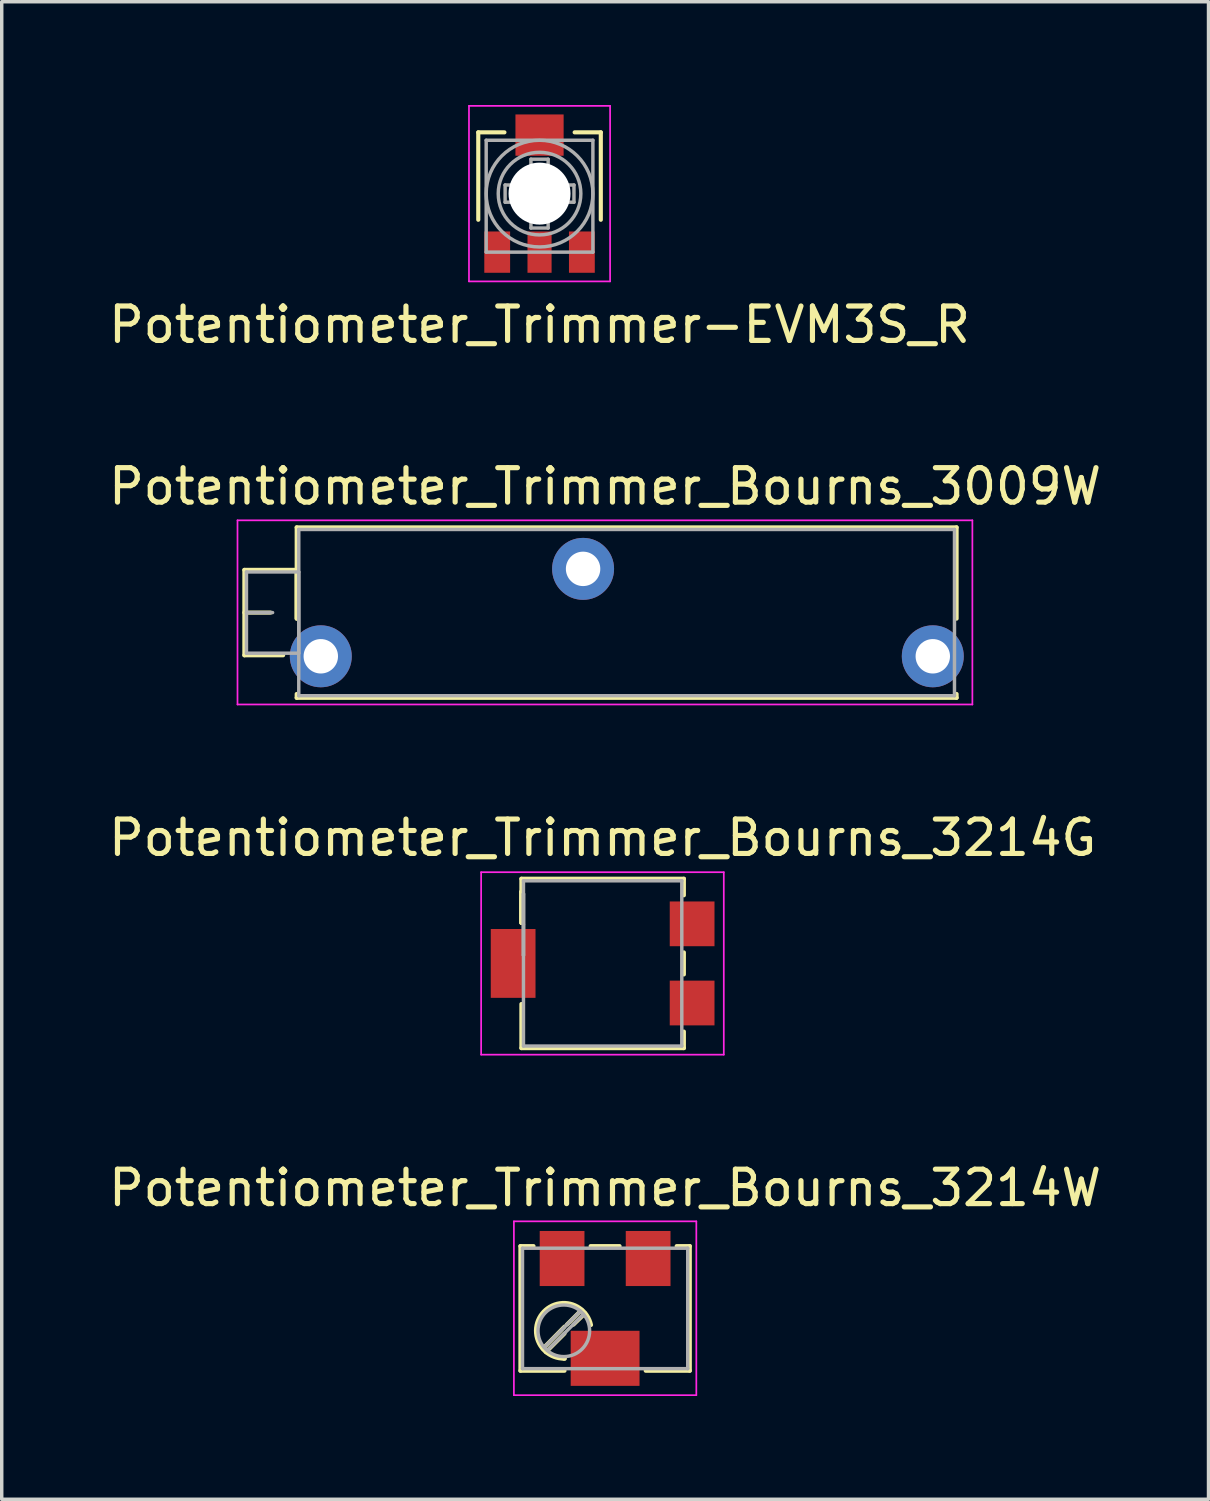
<source format=kicad_pcb>
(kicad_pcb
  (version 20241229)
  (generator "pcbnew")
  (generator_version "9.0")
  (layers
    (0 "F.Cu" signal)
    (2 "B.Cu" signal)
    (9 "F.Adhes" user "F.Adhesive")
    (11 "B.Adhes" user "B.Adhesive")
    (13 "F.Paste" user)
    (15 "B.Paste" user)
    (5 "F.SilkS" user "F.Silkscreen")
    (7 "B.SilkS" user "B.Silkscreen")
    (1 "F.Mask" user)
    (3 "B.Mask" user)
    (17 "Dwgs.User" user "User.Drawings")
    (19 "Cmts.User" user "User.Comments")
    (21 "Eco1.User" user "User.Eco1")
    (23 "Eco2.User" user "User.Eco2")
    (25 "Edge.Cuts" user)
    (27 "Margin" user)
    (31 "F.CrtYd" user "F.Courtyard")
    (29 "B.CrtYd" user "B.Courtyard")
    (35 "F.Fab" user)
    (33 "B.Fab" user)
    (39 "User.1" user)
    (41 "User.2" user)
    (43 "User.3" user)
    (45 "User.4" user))
  (footprint "Potentiometer_Trimmer-EVM3S_R"
    (layer "F.Cu")
    (at 12.625 2.575)
    (property "Reference" "Potentiometer_Trimmer-EVM3S_R" (at 0 3.81 0) (layer "F.SilkS") (effects (font (size 1 1) (thickness 0.15))))
    (attr smd)
    (fp_line (start -1.78 -1.78) (end -1.02 -1.78) (stroke (width 0.12) (type solid)) (layer "F.SilkS"))
    (fp_line (start -1.78 0.76) (end -1.78 -1.78) (stroke (width 0.12) (type solid)) (layer "F.SilkS"))
    (fp_line (start 1.02 -1.78) (end 1.78 -1.78) (stroke (width 0.12) (type solid)) (layer "F.SilkS"))
    (fp_line (start 1.78 -1.78) (end 1.78 0.76) (stroke (width 0.12) (type solid)) (layer "F.SilkS"))
    (fp_line (start -2.05 -2.55) (end 2.05 -2.55) (stroke (width 0.05) (type solid)) (layer "F.CrtYd"))
    (fp_line (start -2.05 2.55) (end -2.05 -2.55) (stroke (width 0.05) (type solid)) (layer "F.CrtYd"))
    (fp_line (start 2.05 -2.55) (end 2.05 2.55) (stroke (width 0.05) (type solid)) (layer "F.CrtYd"))
    (fp_line (start 2.05 2.55) (end -2.05 2.55) (stroke (width 0.05) (type solid)) (layer "F.CrtYd"))
    (fp_line (start -1.55 -1.55) (end 1.55 -1.55) (stroke (width 0.1) (type solid)) (layer "F.Fab"))
    (fp_line (start -1.55 1.7) (end -1.55 -1.55) (stroke (width 0.1) (type solid)) (layer "F.Fab"))
    (fp_line (start -1 -0.25) (end -0.25 -0.25) (stroke (width 0.1) (type solid)) (layer "F.Fab"))
    (fp_line (start -1 0.25) (end -1 -0.25) (stroke (width 0.1) (type solid)) (layer "F.Fab"))
    (fp_line (start -0.25 -1) (end 0.25 -1) (stroke (width 0.1) (type solid)) (layer "F.Fab"))
    (fp_line (start -0.25 -0.25) (end -0.25 -1) (stroke (width 0.1) (type solid)) (layer "F.Fab"))
    (fp_line (start -0.25 0.25) (end -1 0.25) (stroke (width 0.1) (type solid)) (layer "F.Fab"))
    (fp_line (start -0.25 1) (end -0.25 0.25) (stroke (width 0.1) (type solid)) (layer "F.Fab"))
    (fp_line (start 0.25 -1) (end 0.25 -0.25) (stroke (width 0.1) (type solid)) (layer "F.Fab"))
    (fp_line (start 0.25 -0.25) (end 1 -0.25) (stroke (width 0.1) (type solid)) (layer "F.Fab"))
    (fp_line (start 0.25 0.25) (end 0.25 1) (stroke (width 0.1) (type solid)) (layer "F.Fab"))
    (fp_line (start 0.25 1) (end -0.25 1) (stroke (width 0.1) (type solid)) (layer "F.Fab"))
    (fp_line (start 1 -0.25) (end 1 0.25) (stroke (width 0.1) (type solid)) (layer "F.Fab"))
    (fp_line (start 1 0.25) (end 0.25 0.25) (stroke (width 0.1) (type solid)) (layer "F.Fab"))
    (fp_line (start 1.55 -1.55) (end 1.55 1.7) (stroke (width 0.1) (type solid)) (layer "F.Fab"))
    (fp_line (start 1.55 1.7) (end -1.55 1.7) (stroke (width 0.1) (type solid)) (layer "F.Fab"))
    (fp_circle (center 0 0) (end 0 -1.55) (stroke (width 0.1) (type solid)) (fill no) (layer "F.Fab"))
    (fp_circle (center 0 0) (end 0 -1.2) (stroke (width 0.1) (type solid)) (fill no) (layer "F.Fab"))
    (fp_circle (center 0 0) (end 0 -0.25) (stroke (width 0.1) (type solid)) (fill no) (layer "F.Fab"))
    (pad "" smd rect (at 0 -1.7) (size 1.4 1.2) (layers "F.Cu" "F.Mask" "F.Paste"))
    (pad "" np_thru_hole circle (at 0 0) (size 1.8 1.8) (drill 1.8) (layers "*.Cu" "*.Mask"))
    (pad "1" smd rect (at -1.23 1.7) (size 0.75 1.2) (layers "F.Cu" "F.Mask" "F.Paste"))
    (pad "2" smd rect (at 0 1.7) (size 0.7 1.2) (layers "F.Cu" "F.Mask" "F.Paste"))
    (pad "3" smd rect (at 1.23 1.7) (size 0.75 1.2) (layers "F.Cu" "F.Mask" "F.Paste")))
  (footprint "Potentiometer_Trimmer_Bourns_3009W"
    (layer "F.Cu")
    (at 24.05 16.017)
    (property "Reference" "Potentiometer_Trimmer_Bourns_3009W" (at -9.52 -4.935 0) (layer "F.SilkS") (effects (font (size 1 1) (thickness 0.15))))
    (attr through_hole)
    (fp_line (start -20 -2.51) (end -20 -0.03) (stroke (width 0.12) (type solid)) (layer "F.SilkS"))
    (fp_line (start -20 -2.51) (end -18.481 -2.51) (stroke (width 0.12) (type solid)) (layer "F.SilkS"))
    (fp_line (start -20 -1.27) (end -19.24 -1.27) (stroke (width 0.12) (type solid)) (layer "F.SilkS"))
    (fp_line (start -20 -0.03) (end -18.875 -0.03) (stroke (width 0.12) (type solid)) (layer "F.SilkS"))
    (fp_line (start -18.481 -2.51) (end -18.481 -1.095) (stroke (width 0.12) (type solid)) (layer "F.SilkS"))
    (fp_line (start -18.48 -3.745) (end -18.48 -1.095) (stroke (width 0.12) (type solid)) (layer "F.SilkS"))
    (fp_line (start -18.48 -3.745) (end 0.691 -3.745) (stroke (width 0.12) (type solid)) (layer "F.SilkS"))
    (fp_line (start -18.48 1.095) (end -18.48 1.206) (stroke (width 0.12) (type solid)) (layer "F.SilkS"))
    (fp_line (start -18.48 1.206) (end 0.691 1.206) (stroke (width 0.12) (type solid)) (layer "F.SilkS"))
    (fp_line (start 0.691 -3.745) (end 0.691 -1.095) (stroke (width 0.12) (type solid)) (layer "F.SilkS"))
    (fp_line (start 0.691 1.095) (end 0.691 1.206) (stroke (width 0.12) (type solid)) (layer "F.SilkS"))
    (fp_line (start -20.2 -3.95) (end -20.2 1.4) (stroke (width 0.05) (type solid)) (layer "F.CrtYd"))
    (fp_line (start -20.2 1.4) (end 1.15 1.4) (stroke (width 0.05) (type solid)) (layer "F.CrtYd"))
    (fp_line (start 1.15 -3.95) (end -20.2 -3.95) (stroke (width 0.05) (type solid)) (layer "F.CrtYd"))
    (fp_line (start 1.15 1.4) (end 1.15 -3.95) (stroke (width 0.05) (type solid)) (layer "F.CrtYd"))
    (fp_line (start -19.94 -2.45) (end -19.94 -0.09) (stroke (width 0.1) (type solid)) (layer "F.Fab"))
    (fp_line (start -19.94 -1.27) (end -19.18 -1.27) (stroke (width 0.1) (type solid)) (layer "F.Fab"))
    (fp_line (start -19.94 -0.09) (end -18.42 -0.09) (stroke (width 0.1) (type solid)) (layer "F.Fab"))
    (fp_line (start -18.42 -3.685) (end -18.42 1.145) (stroke (width 0.1) (type solid)) (layer "F.Fab"))
    (fp_line (start -18.42 -2.45) (end -19.94 -2.45) (stroke (width 0.1) (type solid)) (layer "F.Fab"))
    (fp_line (start -18.42 -0.09) (end -18.42 -2.45) (stroke (width 0.1) (type solid)) (layer "F.Fab"))
    (fp_line (start -18.42 1.145) (end 0.63 1.145) (stroke (width 0.1) (type solid)) (layer "F.Fab"))
    (fp_line (start 0.63 -3.685) (end -18.42 -3.685) (stroke (width 0.1) (type solid)) (layer "F.Fab"))
    (fp_line (start 0.63 1.145) (end 0.63 -3.685) (stroke (width 0.1) (type solid)) (layer "F.Fab"))
    (pad "1" thru_hole circle (at 0 0) (size 1.8 1.8) (drill 1) (layers "*.Cu" "*.Mask"))
    (pad "2" thru_hole circle (at -10.16 -2.54) (size 1.8 1.8) (drill 1) (layers "*.Cu" "*.Mask"))
    (pad "3" thru_hole circle (at -17.78 0) (size 1.8 1.8) (drill 1) (layers "*.Cu" "*.Mask")))
  (footprint "Potentiometer_Trimmer_Bourns_3214G"
    (layer "F.Cu")
    (at 14.458 24.94)
    (property "Reference" "Potentiometer_Trimmer_Bourns_3214G" (at 0 -3.65 0) (layer "F.SilkS") (effects (font (size 1 1) (thickness 0.15))))
    (attr smd)
    (fp_line (start -2.36 -2.46) (end -2.36 -1.18) (stroke (width 0.12) (type solid)) (layer "F.SilkS"))
    (fp_line (start -2.36 -2.46) (end 2.36 -2.46) (stroke (width 0.12) (type solid)) (layer "F.SilkS"))
    (fp_line (start -2.36 -2.08) (end -2.36 -2.08) (stroke (width 0.12) (type solid)) (layer "F.SilkS"))
    (fp_line (start -2.36 -2.08) (end -2.36 -1.18) (stroke (width 0.12) (type solid)) (layer "F.SilkS"))
    (fp_line (start -2.36 -2.08) (end -2.36 -1.18) (stroke (width 0.12) (type solid)) (layer "F.SilkS"))
    (fp_line (start -2.36 1.18) (end -2.36 2.46) (stroke (width 0.12) (type solid)) (layer "F.SilkS"))
    (fp_line (start -2.36 2.46) (end 2.36 2.46) (stroke (width 0.12) (type solid)) (layer "F.SilkS"))
    (fp_line (start 2.36 -2.46) (end 2.36 -1.98) (stroke (width 0.12) (type solid)) (layer "F.SilkS"))
    (fp_line (start 2.36 -0.32) (end 2.36 0.32) (stroke (width 0.12) (type solid)) (layer "F.SilkS"))
    (fp_line (start 2.36 1.98) (end 2.36 2.46) (stroke (width 0.12) (type solid)) (layer "F.SilkS"))
    (fp_line (start -3.53 -2.65) (end -3.53 2.65) (stroke (width 0.05) (type solid)) (layer "F.CrtYd"))
    (fp_line (start -3.53 2.65) (end 3.52 2.65) (stroke (width 0.05) (type solid)) (layer "F.CrtYd"))
    (fp_line (start 3.52 -2.65) (end -3.53 -2.65) (stroke (width 0.05) (type solid)) (layer "F.CrtYd"))
    (fp_line (start 3.52 2.65) (end 3.52 -2.65) (stroke (width 0.05) (type solid)) (layer "F.CrtYd"))
    (fp_line (start -2.3 -2.4) (end -2.3 2.4) (stroke (width 0.1) (type solid)) (layer "F.Fab"))
    (fp_line (start -2.3 -2.02) (end -2.3 -2.02) (stroke (width 0.1) (type solid)) (layer "F.Fab"))
    (fp_line (start -2.3 -2.02) (end -2.3 -0.24) (stroke (width 0.1) (type solid)) (layer "F.Fab"))
    (fp_line (start -2.3 -1.13) (end -2.3 -1.13) (stroke (width 0.1) (type solid)) (layer "F.Fab"))
    (fp_line (start -2.3 -0.24) (end -2.3 -2.02) (stroke (width 0.1) (type solid)) (layer "F.Fab"))
    (fp_line (start -2.3 -0.24) (end -2.3 -0.24) (stroke (width 0.1) (type solid)) (layer "F.Fab"))
    (fp_line (start -2.3 2.4) (end 2.3 2.4) (stroke (width 0.1) (type solid)) (layer "F.Fab"))
    (fp_line (start 2.3 -2.4) (end -2.3 -2.4) (stroke (width 0.1) (type solid)) (layer "F.Fab"))
    (fp_line (start 2.3 2.4) (end 2.3 -2.4) (stroke (width 0.1) (type solid)) (layer "F.Fab"))
    (pad "1" smd rect (at 2.6 -1.15) (size 1.3 1.3) (layers "F.Cu" "F.Mask"))
    (pad "2" smd rect (at -2.6 0) (size 1.3 2) (layers "F.Cu" "F.Mask"))
    (pad "3" smd rect (at 2.6 1.15) (size 1.3 1.3) (layers "F.Cu" "F.Mask")))
  (footprint "Potentiometer_Trimmer_Bourns_3214W"
    (layer "F.Cu")
    (at 14.53 34.963)
    (property "Reference" "Potentiometer_Trimmer_Bourns_3214W" (at 0 -3.5 0) (layer "F.SilkS") (effects (font (size 1 1) (thickness 0.15))))
    (attr smd)
    (fp_line (start -2.46 -1.81) (end -2.46 1.81) (stroke (width 0.12) (type solid)) (layer "F.SilkS"))
    (fp_line (start -2.46 -1.81) (end -2.08 -1.81) (stroke (width 0.12) (type solid)) (layer "F.SilkS"))
    (fp_line (start -2.46 1.81) (end -1.18 1.81) (stroke (width 0.12) (type solid)) (layer "F.SilkS"))
    (fp_line (start -1.18 0.53) (end -1.81 1.17) (stroke (width 0.12) (type solid)) (layer "F.SilkS"))
    (fp_line (start -1.18 0.73) (end -1.72 1.27) (stroke (width 0.12) (type solid)) (layer "F.SilkS"))
    (fp_line (start -0.68 0.04) (end -1.11 0.47) (stroke (width 0.12) (type solid)) (layer "F.SilkS"))
    (fp_line (start -0.58 0.14) (end -0.92 0.47) (stroke (width 0.12) (type solid)) (layer "F.SilkS"))
    (fp_line (start -0.42 -1.81) (end 0.42 -1.81) (stroke (width 0.12) (type solid)) (layer "F.SilkS"))
    (fp_line (start 1.18 1.81) (end 2.46 1.81) (stroke (width 0.12) (type solid)) (layer "F.SilkS"))
    (fp_line (start 2.08 -1.81) (end 2.46 -1.81) (stroke (width 0.12) (type solid)) (layer "F.SilkS"))
    (fp_line (start 2.46 -1.81) (end 2.46 1.81) (stroke (width 0.12) (type solid)) (layer "F.SilkS"))
    (fp_arc (start -1.183862 1.457923) (mid -1.833678 0.14855) (end -0.41 0.48) (stroke (width 0.12) (type solid)) (layer "F.SilkS"))
    (fp_arc (start -1.171731 1.459507) (mid -1.185863 1.459877) (end -1.2 1.46) (stroke (width 0.12) (type solid)) (layer "F.SilkS"))
    (fp_line (start -2.65 -2.53) (end -2.65 2.52) (stroke (width 0.05) (type solid)) (layer "F.CrtYd"))
    (fp_line (start -2.65 2.52) (end 2.65 2.52) (stroke (width 0.05) (type solid)) (layer "F.CrtYd"))
    (fp_line (start 2.65 -2.53) (end -2.65 -2.53) (stroke (width 0.05) (type solid)) (layer "F.CrtYd"))
    (fp_line (start 2.65 2.52) (end 2.65 -2.53) (stroke (width 0.05) (type solid)) (layer "F.CrtYd"))
    (fp_line (start -2.4 -1.75) (end -2.4 1.75) (stroke (width 0.1) (type solid)) (layer "F.Fab"))
    (fp_line (start -2.4 1.75) (end 2.4 1.75) (stroke (width 0.1) (type solid)) (layer "F.Fab"))
    (fp_line (start -0.72 0.08) (end -1.77 1.13) (stroke (width 0.1) (type solid)) (layer "F.Fab"))
    (fp_line (start -0.63 0.17) (end -1.68 1.22) (stroke (width 0.1) (type solid)) (layer "F.Fab"))
    (fp_line (start 2.4 -1.75) (end -2.4 -1.75) (stroke (width 0.1) (type solid)) (layer "F.Fab"))
    (fp_line (start 2.4 1.75) (end 2.4 -1.75) (stroke (width 0.1) (type solid)) (layer "F.Fab"))
    (fp_circle (center -1.2 0.65) (end -0.45 0.65) (stroke (width 0.1) (type solid)) (fill no) (layer "F.Fab"))
    (pad "1" smd rect (at 1.25 -1.45) (size 1.3 1.6) (layers "F.Cu" "F.Mask"))
    (pad "2" smd rect (at 0 1.45) (size 2 1.6) (layers "F.Cu" "F.Mask"))
    (pad "3" smd rect (at -1.25 -1.45) (size 1.3 1.6) (layers "F.Cu" "F.Mask")))
  (gr_rect
    (start -3 -3)
    (end 32.06 40.508)
    (stroke (width 0.1) (type default))
    (fill no)
    (layer "Edge.Cuts")))
</source>
